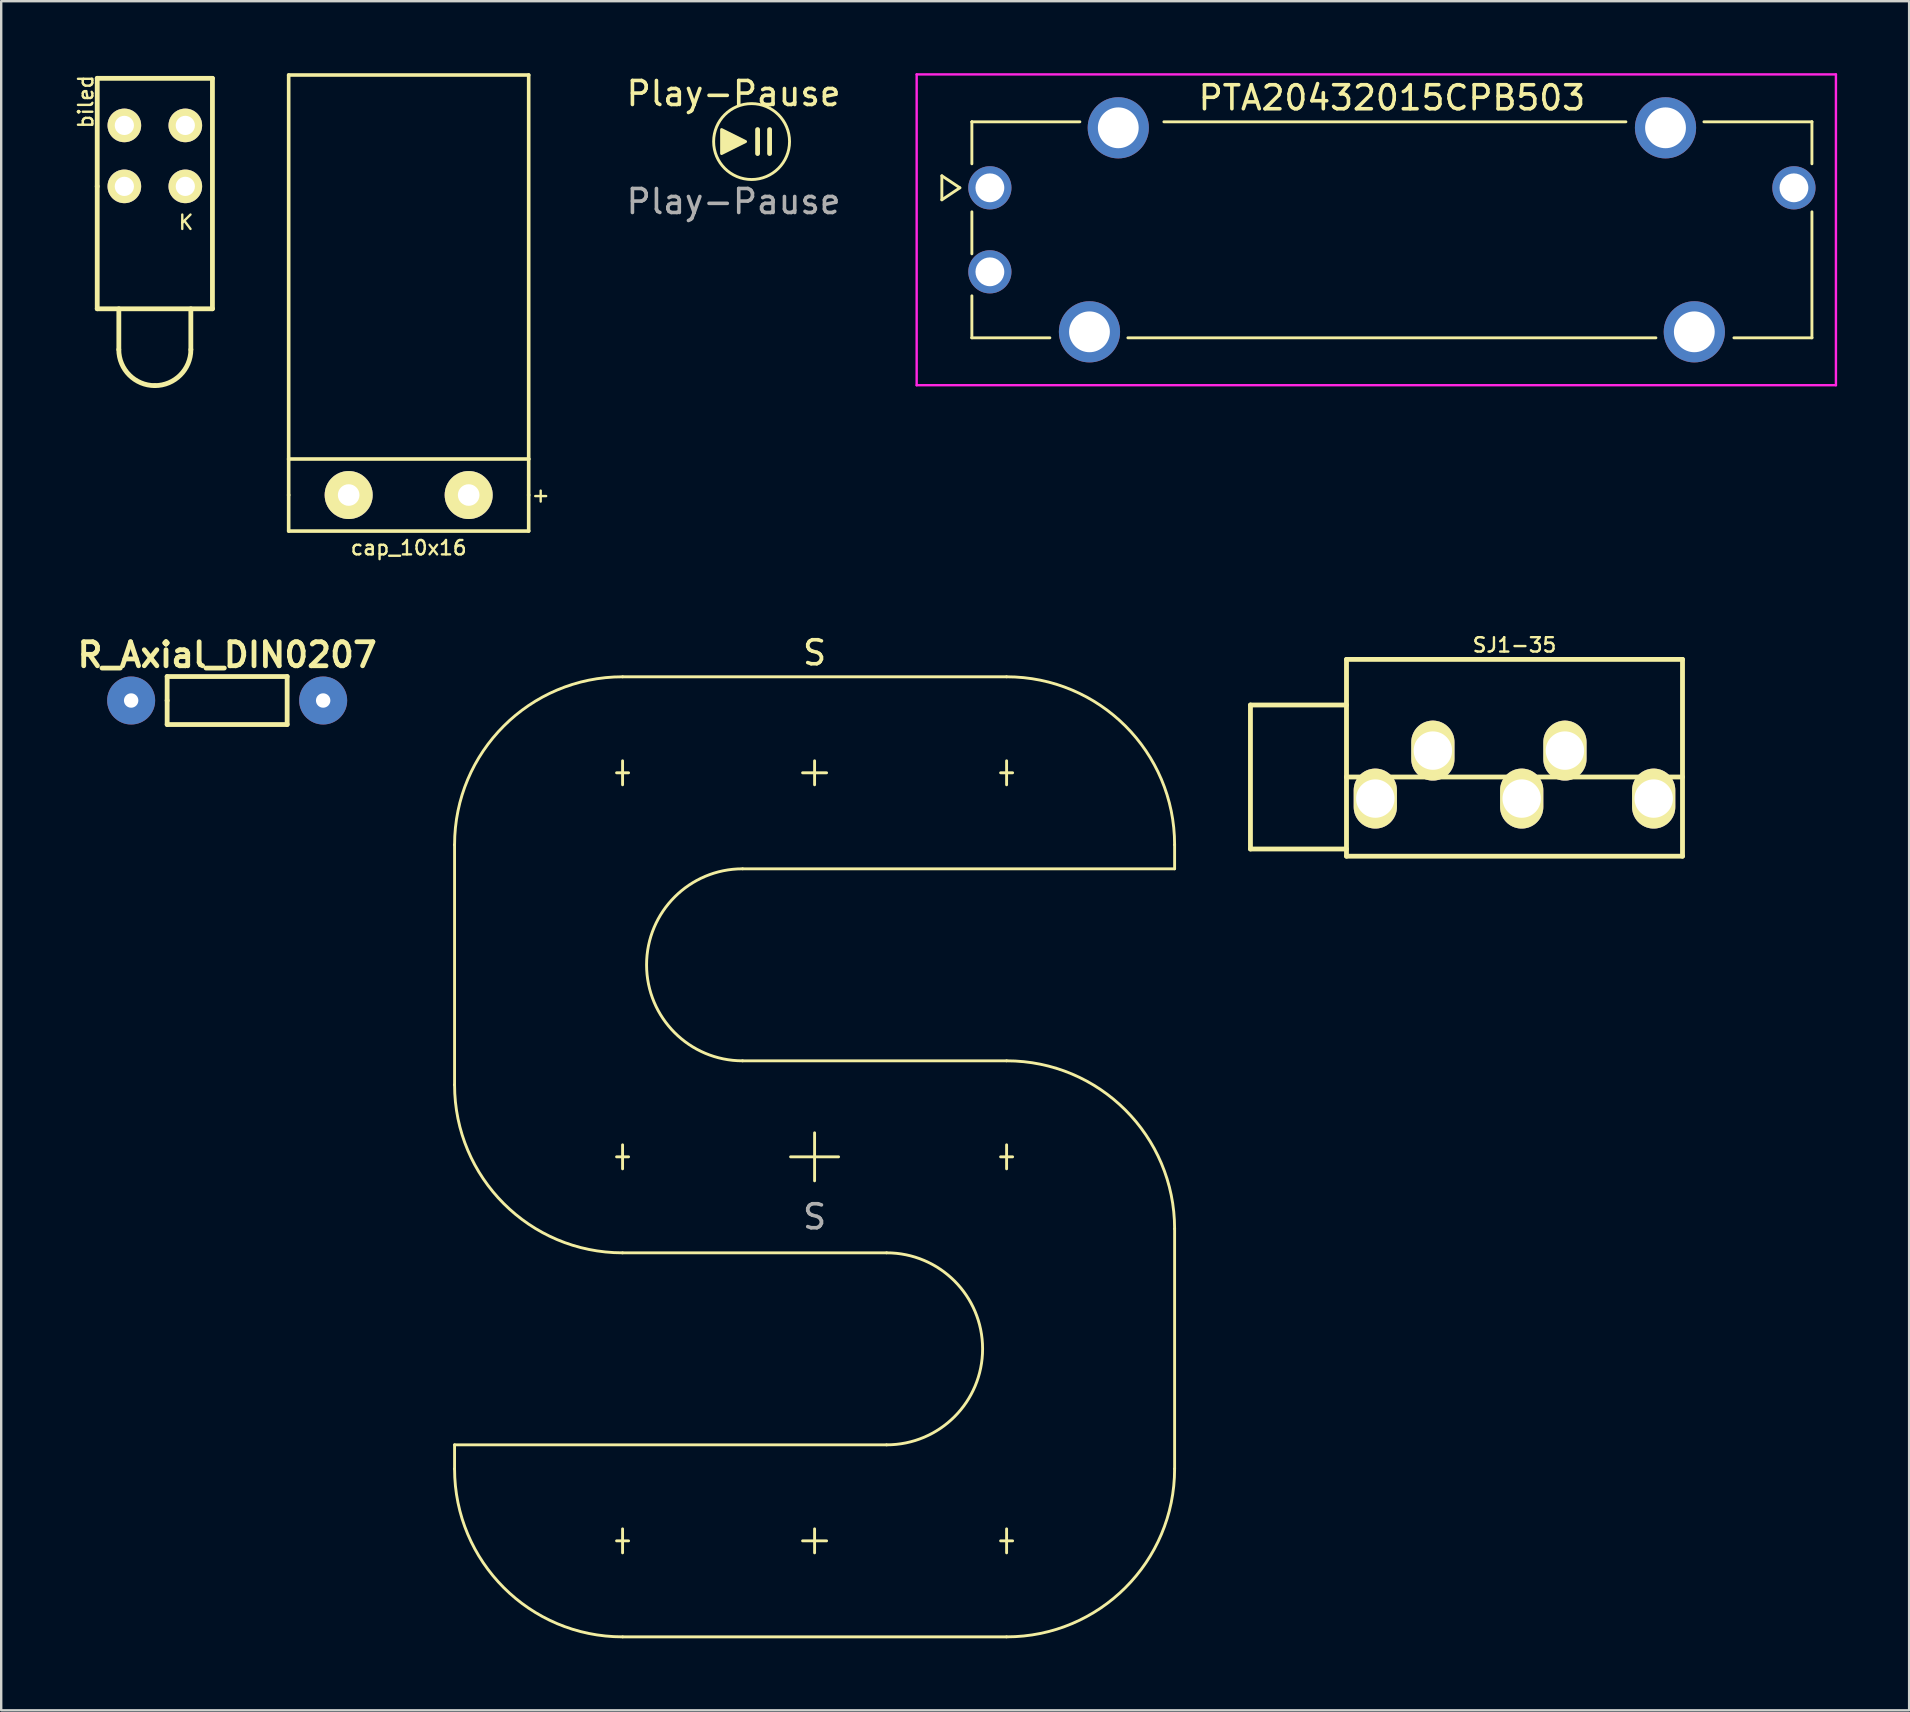
<source format=kicad_pcb>
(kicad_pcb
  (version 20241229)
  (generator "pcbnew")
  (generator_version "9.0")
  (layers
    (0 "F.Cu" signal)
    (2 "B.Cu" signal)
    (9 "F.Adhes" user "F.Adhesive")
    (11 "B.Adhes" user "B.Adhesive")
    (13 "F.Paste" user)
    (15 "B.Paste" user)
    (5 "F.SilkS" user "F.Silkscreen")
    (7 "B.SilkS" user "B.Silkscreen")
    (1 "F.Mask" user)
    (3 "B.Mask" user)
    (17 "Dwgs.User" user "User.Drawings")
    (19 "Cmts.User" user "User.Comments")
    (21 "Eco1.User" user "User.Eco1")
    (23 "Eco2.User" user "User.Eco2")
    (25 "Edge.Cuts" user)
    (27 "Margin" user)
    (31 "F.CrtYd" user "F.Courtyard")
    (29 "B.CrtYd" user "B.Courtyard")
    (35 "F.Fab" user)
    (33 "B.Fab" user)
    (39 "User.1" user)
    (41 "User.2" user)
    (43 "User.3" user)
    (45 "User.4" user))
  (footprint "R_Axial_DIN0207"
    (layer "F.Cu")
    (at 6.414 26.136)
    (property "Reference" "R_Axial_DIN0207" (at 0 -1.9 0) (layer "F.SilkS") (effects (font (size 1 1) (thickness 0.2))))
    (attr through_hole)
    (fp_line (start -2.5 -1) (end 2.5 -1) (stroke (width 0.2) (type solid)) (layer "F.SilkS"))
    (fp_line (start -2.5 0) (end -2.5 -1) (stroke (width 0.2) (type solid)) (layer "F.SilkS"))
    (fp_line (start -2.5 1) (end -2.5 0) (stroke (width 0.2) (type solid)) (layer "F.SilkS"))
    (fp_line (start 2.5 -1) (end 2.5 1) (stroke (width 0.2) (type solid)) (layer "F.SilkS"))
    (fp_line (start 2.5 1) (end -2.5 1) (stroke (width 0.2) (type solid)) (layer "F.SilkS"))
    (pad "1" thru_hole circle (at -4 0) (size 2 2) (drill 0.6) (layers "*.Cu" "*.Mask" "B.Paste"))
    (pad "2" thru_hole circle (at 4 0) (size 2 2) (drill 0.6) (layers "*.Cu" "*.Mask" "B.Paste")))
  (footprint "PTA20432015CPB503"
    (layer "F.Cu")
    (at 54.942 6.525)
    (property "Reference" "PTA20432015CPB503" (at 0 -5.5 0) (layer "F.SilkS") (effects (font (size 1 1) (thickness 0.15))))
    (attr through_hole)
    (fp_line (start -18.75 -2.25) (end -18.75 -1.25) (stroke (width 0.12) (type default)) (layer "F.SilkS"))
    (fp_line (start -18.75 -1.25) (end -18 -1.75) (stroke (width 0.12) (type default)) (layer "F.SilkS"))
    (fp_line (start -18 -1.75) (end -18.75 -2.25) (stroke (width 0.12) (type default)) (layer "F.SilkS"))
    (fp_line (start -17.5 -4.5) (end -17.5 -4.5) (stroke (width 0.1) (type solid)) (layer "F.SilkS"))
    (fp_line (start -17.5 -4.5) (end -17.5 -4.5) (stroke (width 0.1) (type solid)) (layer "F.SilkS"))
    (fp_line (start -17.5 -4.5) (end -17.5 -2.75) (stroke (width 0.12) (type default)) (layer "F.SilkS"))
    (fp_line (start -17.5 -4.5) (end -13 -4.5) (stroke (width 0.12) (type default)) (layer "F.SilkS"))
    (fp_line (start -17.5 -0.75) (end -17.5 1) (stroke (width 0.12) (type default)) (layer "F.SilkS"))
    (fp_line (start -17.5 2.75) (end -17.5 4.5) (stroke (width 0.12) (type default)) (layer "F.SilkS"))
    (fp_line (start -17.5 4.5) (end -17.5 4.5) (stroke (width 0.1) (type solid)) (layer "F.SilkS"))
    (fp_line (start -17.5 4.5) (end -17.5 4.5) (stroke (width 0.1) (type solid)) (layer "F.SilkS"))
    (fp_line (start -17.5 4.5) (end -14.25 4.5) (stroke (width 0.12) (type default)) (layer "F.SilkS"))
    (fp_line (start -11 4.5) (end 11 4.5) (stroke (width 0.12) (type default)) (layer "F.SilkS"))
    (fp_line (start -9.5 -4.5) (end 9.75 -4.5) (stroke (width 0.12) (type default)) (layer "F.SilkS"))
    (fp_line (start 13 -4.5) (end 17.5 -4.5) (stroke (width 0.12) (type default)) (layer "F.SilkS"))
    (fp_line (start 14.25 4.5) (end 17.5 4.5) (stroke (width 0.12) (type default)) (layer "F.SilkS"))
    (fp_line (start 17.5 -4.5) (end 17.5 -4.5) (stroke (width 0.1) (type solid)) (layer "F.SilkS"))
    (fp_line (start 17.5 -4.5) (end 17.5 -4.5) (stroke (width 0.1) (type solid)) (layer "F.SilkS"))
    (fp_line (start 17.5 -4.5) (end 17.5 -2.75) (stroke (width 0.12) (type default)) (layer "F.SilkS"))
    (fp_line (start 17.5 -0.75) (end 17.5 4.5) (stroke (width 0.12) (type default)) (layer "F.SilkS"))
    (fp_line (start 17.5 4.5) (end 17.5 4.5) (stroke (width 0.1) (type solid)) (layer "F.SilkS"))
    (fp_line (start 17.5 4.5) (end 17.5 4.5) (stroke (width 0.1) (type solid)) (layer "F.SilkS"))
    (fp_line (start -19.8 -6.475) (end 18.5 -6.475) (stroke (width 0.1) (type solid)) (layer "F.CrtYd"))
    (fp_line (start -19.8 6.475) (end -19.8 -6.475) (stroke (width 0.1) (type solid)) (layer "F.CrtYd"))
    (fp_line (start 18.5 -6.475) (end 18.5 6.475) (stroke (width 0.1) (type solid)) (layer "F.CrtYd"))
    (fp_line (start 18.5 6.475) (end -19.8 6.475) (stroke (width 0.1) (type solid)) (layer "F.CrtYd"))
    (pad "1" thru_hole circle (at -16.75 -1.75) (size 1.8 1.8) (drill 1.2) (layers "*.Cu" "*.Mask"))
    (pad "2" thru_hole circle (at -16.75 1.75) (size 1.8 1.8) (drill 1.2) (layers "*.Cu" "*.Mask"))
    (pad "3" thru_hole circle (at 16.75 -1.75) (size 1.8 1.8) (drill 1.2) (layers "*.Cu" "*.Mask"))
    (pad "MH1" thru_hole circle (at -12.6 4.25) (size 2.55 2.55) (drill 1.7) (layers "*.Cu" "*.Mask"))
    (pad "MH2" thru_hole circle (at 12.6 4.25) (size 2.55 2.55) (drill 1.7) (layers "*.Cu" "*.Mask"))
    (pad "MH3" thru_hole circle (at 11.4 -4.25) (size 2.55 2.55) (drill 1.7) (layers "*.Cu" "*.Mask"))
    (pad "MH4" thru_hole circle (at -11.4 -4.25) (size 2.55 2.55) (drill 1.7) (layers "*.Cu" "*.Mask")))
  (footprint "cap_10x16"
    (layer "F.Cu")
    (at 13.977 17.575)
    (property "Reference" "cap_10x16" (at 0 2.2 0) (layer "F.SilkS") (effects (font (size 0.599 0.599) (thickness 0.099))))
    (attr through_hole)
    (fp_line (start -5 -17.5) (end 5 -17.5) (stroke (width 0.15) (type solid)) (layer "F.SilkS"))
    (fp_line (start -5 -1.5) (end -5 -17.5) (stroke (width 0.15) (type solid)) (layer "F.SilkS"))
    (fp_line (start -5 -1.5) (end -5 0) (stroke (width 0.15) (type solid)) (layer "F.SilkS"))
    (fp_line (start -5 1.5) (end -5 0) (stroke (width 0.15) (type solid)) (layer "F.SilkS"))
    (fp_line (start 5 -17.5) (end 5 -1.5) (stroke (width 0.15) (type solid)) (layer "F.SilkS"))
    (fp_line (start 5 -1.5) (end -5 -1.5) (stroke (width 0.15) (type solid)) (layer "F.SilkS"))
    (fp_line (start 5 0) (end 5 -1.5) (stroke (width 0.15) (type solid)) (layer "F.SilkS"))
    (fp_line (start 5 0) (end 5 1.5) (stroke (width 0.15) (type solid)) (layer "F.SilkS"))
    (fp_line (start 5 1.5) (end -5 1.5) (stroke (width 0.15) (type solid)) (layer "F.SilkS"))
    (fp_text user "+" (at 5.5 0 0) (layer "F.SilkS") (effects (font (size 0.599 0.599) (thickness 0.099))))
    (pad "1" thru_hole circle (at 2.5 0) (size 2 2) (drill 0.9) (layers "*.Cu" "*.Paste" "*.Mask" "F.SilkS"))
    (pad "2" thru_hole circle (at -2.5 0) (size 2 2) (drill 0.9) (layers "*.Cu" "*.Paste" "*.Mask" "F.SilkS")))
  (footprint "SJ1-35"
    (layer "F.Cu")
    (at 60.05 29.323)
    (property "Reference" "SJ1-35" (at 0 -5.499 0) (layer "F.SilkS") (effects (font (size 0.599 0.599) (thickness 0.099))))
    (attr through_hole)
    (fp_line (start -11.001 -3) (end -7 -3) (stroke (width 0.201) (type solid)) (layer "F.SilkS"))
    (fp_line (start -11.001 3) (end -11.001 -3) (stroke (width 0.201) (type solid)) (layer "F.SilkS"))
    (fp_line (start -7 -4.9) (end 7 -4.9) (stroke (width 0.201) (type solid)) (layer "F.SilkS"))
    (fp_line (start -7 0) (end -7 -4.9) (stroke (width 0.201) (type solid)) (layer "F.SilkS"))
    (fp_line (start -7 0) (end 7 0) (stroke (width 0.201) (type solid)) (layer "F.SilkS"))
    (fp_line (start -7 3) (end -11.001 3) (stroke (width 0.201) (type solid)) (layer "F.SilkS"))
    (fp_line (start -7 3.299) (end -7 0) (stroke (width 0.201) (type solid)) (layer "F.SilkS"))
    (fp_line (start 7 -4.9) (end 7 3.299) (stroke (width 0.201) (type solid)) (layer "F.SilkS"))
    (fp_line (start 7 3.299) (end -7 3.299) (stroke (width 0.201) (type solid)) (layer "F.SilkS"))
    (pad "1" thru_hole oval (at -5.799 0.899) (size 1.801 2.499) (drill 1.6) (layers "*.Cu" "*.Mask" "F.SilkS"))
    (pad "2" thru_hole oval (at -3.401 -1.1) (size 1.801 2.499) (drill 1.6) (layers "*.Cu" "*.Mask" "F.SilkS"))
    (pad "3" thru_hole oval (at 2.101 -1.1) (size 1.801 2.499) (drill 1.6) (layers "*.Cu" "*.Mask" "F.SilkS"))
    (pad "~" thru_hole oval (at 0.3 0.899) (size 1.801 2.499) (drill 1.6) (layers "*.Cu" "*.Mask" "F.SilkS"))
    (pad "~" thru_hole oval (at 5.799 0.899) (size 1.801 2.499) (drill 1.6) (layers "*.Cu" "*.Mask" "F.SilkS")))
  (footprint "Play-Pause"
    (layer "F.Cu")
    (at 28.264 2.848)
    (property "Reference" "Play-Pause" (at -0.75 -2 0) (unlocked yes) (layer "F.SilkS") (effects (font (size 1 1) (thickness 0.15))))
    (attr smd)
    (fp_line (start 0.25 -0.5) (end 0.25 0.5) (stroke (width 0.2) (type solid)) (layer "F.SilkS"))
    (fp_line (start 0.75 -0.5) (end 0.75 0.5) (stroke (width 0.2) (type solid)) (layer "F.SilkS"))
    (fp_circle (center 0 0) (end 0.5 -1.5) (stroke (width 0.12) (type solid)) (fill no) (layer "F.SilkS"))
    (fp_poly (pts (xy -0.25 0) (xy -1.25 0.5) (xy -1.25 -0.5)) (stroke (width 0.12) (type solid)) (fill yes) (layer "F.SilkS"))
    (fp_text user "${REFERENCE}" (at -0.75 2.5 0) (unlocked yes) (layer "F.Fab") (effects (font (size 1 1) (thickness 0.15)))))
  (footprint "biled"
    (layer "F.Cu")
    (at 3.401 4.715)
    (property "Reference" "biled" (at -2.875 -3.525 90) (layer "F.SilkS") (effects (font (size 0.6 0.6) (thickness 0.1))))
    (attr through_hole)
    (fp_line (start -2.4 -4.501) (end -2.4 0) (stroke (width 0.201) (type solid)) (layer "F.SilkS"))
    (fp_line (start -2.4 5.1) (end -2.4 0) (stroke (width 0.2) (type solid)) (layer "F.SilkS"))
    (fp_line (start -1.5 6.8) (end -1.5 5.1) (stroke (width 0.2) (type solid)) (layer "F.SilkS"))
    (fp_line (start 1.5 6.8) (end 1.5 5.1) (stroke (width 0.2) (type solid)) (layer "F.SilkS"))
    (fp_line (start 2.4 -4.5) (end 2.4 5.1) (stroke (width 0.2) (type solid)) (layer "F.SilkS"))
    (fp_line (start 2.4 5.1) (end -2.4 5.1) (stroke (width 0.2) (type solid)) (layer "F.SilkS"))
    (fp_line (start 2.4 -4.501) (end -2.4 -4.501) (stroke (width 0.201) (type solid)) (layer "F.SilkS"))
    (fp_arc (start 0 8.30138) (mid -1.061466 7.861706) (end -1.50114 6.80024) (stroke (width 0.20066) (type solid)) (layer "F.SilkS"))
    (fp_arc (start 1.50114 6.80024) (mid 1.061466 7.861706) (end 0 8.30138) (stroke (width 0.20066) (type solid)) (layer "F.SilkS"))
    (fp_text user "K" (at 1.3 1.501 0) (layer "F.SilkS") (effects (font (size 0.599 0.599) (thickness 0.099))))
    (pad "1" thru_hole circle (at -1.27 -2.54) (size 1.4 1.4) (drill 0.8) (layers "*.Cu" "*.Paste" "*.Mask" "F.SilkS"))
    (pad "2" thru_hole circle (at 1.27 -2.54) (size 1.4 1.4) (drill 0.8) (layers "*.Cu" "*.Paste" "*.Mask" "F.SilkS"))
    (pad "3" thru_hole circle (at -1.27 0) (size 1.4 1.4) (drill 0.8) (layers "*.Cu" "*.Paste" "*.Mask" "F.SilkS"))
    (pad "4" thru_hole circle (at 1.27 0) (size 1.4 1.4) (drill 0.8) (layers "*.Cu" "*.Paste" "*.Mask" "F.SilkS")))
  (footprint "S"
    (layer "F.Cu")
    (at 30.889 45.148)
    (property "Reference" "S" (at 0 -21 0) (unlocked yes) (layer "F.SilkS") (effects (font (size 1 1) (thickness 0.15))))
    (fp_line (start -15 -3) (end -15 -13) (stroke (width 0.12) (type solid)) (layer "F.SilkS"))
    (fp_line (start -15 12) (end -15 13) (stroke (width 0.12) (type solid)) (layer "F.SilkS"))
    (fp_line (start -8.25 -16) (end -7.75 -16) (stroke (width 0.12) (type solid)) (layer "F.SilkS"))
    (fp_line (start -8.25 0) (end -7.75 0) (stroke (width 0.12) (type solid)) (layer "F.SilkS"))
    (fp_line (start -8.25 16) (end -7.75 16) (stroke (width 0.12) (type solid)) (layer "F.SilkS"))
    (fp_line (start -8 -15.5) (end -8 -16.5) (stroke (width 0.12) (type solid)) (layer "F.SilkS"))
    (fp_line (start -8 -0.5) (end -8 0.5) (stroke (width 0.12) (type solid)) (layer "F.SilkS"))
    (fp_line (start -8 15.5) (end -8 16.5) (stroke (width 0.12) (type solid)) (layer "F.SilkS"))
    (fp_line (start -8 20) (end 8 20) (stroke (width 0.12) (type solid)) (layer "F.SilkS"))
    (fp_line (start -3 -12) (end 15 -12) (stroke (width 0.12) (type solid)) (layer "F.SilkS"))
    (fp_line (start -1 0) (end 1 0) (stroke (width 0.12) (type solid)) (layer "F.SilkS"))
    (fp_line (start -0.5 -16) (end 0.5 -16) (stroke (width 0.12) (type solid)) (layer "F.SilkS"))
    (fp_line (start -0.5 16) (end 0.5 16) (stroke (width 0.12) (type solid)) (layer "F.SilkS"))
    (fp_line (start 0 -16.5) (end 0 -15.5) (stroke (width 0.12) (type solid)) (layer "F.SilkS"))
    (fp_line (start 0 -1) (end 0 1) (stroke (width 0.12) (type solid)) (layer "F.SilkS"))
    (fp_line (start 0 15.5) (end 0 16.5) (stroke (width 0.12) (type solid)) (layer "F.SilkS"))
    (fp_line (start 3 4) (end -8 4) (stroke (width 0.12) (type solid)) (layer "F.SilkS"))
    (fp_line (start 3 12) (end -15 12) (stroke (width 0.12) (type solid)) (layer "F.SilkS"))
    (fp_line (start 7.75 -16) (end 8.25 -16) (stroke (width 0.12) (type solid)) (layer "F.SilkS"))
    (fp_line (start 7.75 0) (end 8.25 0) (stroke (width 0.12) (type solid)) (layer "F.SilkS"))
    (fp_line (start 7.75 16) (end 8.25 16) (stroke (width 0.12) (type solid)) (layer "F.SilkS"))
    (fp_line (start 8 -20) (end -8 -20) (stroke (width 0.12) (type solid)) (layer "F.SilkS"))
    (fp_line (start 8 -16.5) (end 8 -15.5) (stroke (width 0.12) (type solid)) (layer "F.SilkS"))
    (fp_line (start 8 -4) (end -3 -4) (stroke (width 0.12) (type solid)) (layer "F.SilkS"))
    (fp_line (start 8 0.5) (end 8 -0.5) (stroke (width 0.12) (type solid)) (layer "F.SilkS"))
    (fp_line (start 8 15.5) (end 8 16.5) (stroke (width 0.12) (type solid)) (layer "F.SilkS"))
    (fp_line (start 15 -13) (end 15 -12) (stroke (width 0.12) (type solid)) (layer "F.SilkS"))
    (fp_line (start 15 13) (end 15 3) (stroke (width 0.12) (type solid)) (layer "F.SilkS"))
    (fp_arc (start -15 -13) (mid -12.949747 -17.949747) (end -8 -20) (stroke (width 0.12) (type solid)) (layer "F.SilkS"))
    (fp_arc (start -8 4) (mid -12.949747 1.949747) (end -15 -3) (stroke (width 0.12) (type solid)) (layer "F.SilkS"))
    (fp_arc (start -8 20) (mid -12.949747 17.949747) (end -15 13) (stroke (width 0.12) (type solid)) (layer "F.SilkS"))
    (fp_arc (start -3 -4) (mid -7 -8) (end -3 -12) (stroke (width 0.12) (type solid)) (layer "F.SilkS"))
    (fp_arc (start 3 4) (mid 7 8) (end 3 12) (stroke (width 0.12) (type solid)) (layer "F.SilkS"))
    (fp_arc (start 8 -20) (mid 12.949747 -17.949747) (end 15 -13) (stroke (width 0.12) (type solid)) (layer "F.SilkS"))
    (fp_arc (start 8 -4) (mid 12.949747 -1.949747) (end 15 3) (stroke (width 0.12) (type solid)) (layer "F.SilkS"))
    (fp_arc (start 15 13) (mid 12.949747 17.949747) (end 8 20) (stroke (width 0.12) (type solid)) (layer "F.SilkS"))
    (fp_text user "${REFERENCE}" (at 0 2.5 0) (unlocked yes) (layer "F.Fab") (effects (font (size 1 1) (thickness 0.15)))))
  (gr_rect
    (start -3 -3)
    (end 76.492 68.208)
    (stroke (width 0.1) (type default))
    (fill no)
    (layer "Edge.Cuts")))
</source>
